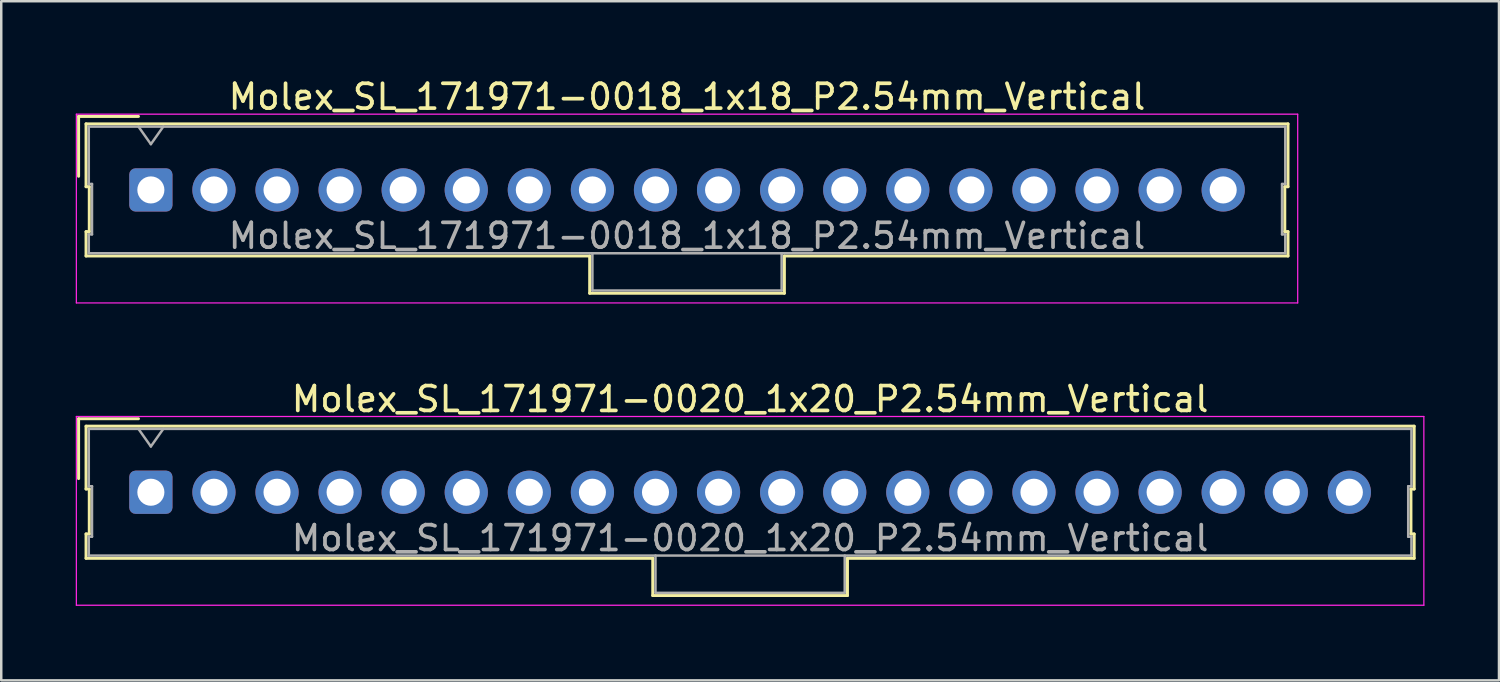
<source format=kicad_pcb>
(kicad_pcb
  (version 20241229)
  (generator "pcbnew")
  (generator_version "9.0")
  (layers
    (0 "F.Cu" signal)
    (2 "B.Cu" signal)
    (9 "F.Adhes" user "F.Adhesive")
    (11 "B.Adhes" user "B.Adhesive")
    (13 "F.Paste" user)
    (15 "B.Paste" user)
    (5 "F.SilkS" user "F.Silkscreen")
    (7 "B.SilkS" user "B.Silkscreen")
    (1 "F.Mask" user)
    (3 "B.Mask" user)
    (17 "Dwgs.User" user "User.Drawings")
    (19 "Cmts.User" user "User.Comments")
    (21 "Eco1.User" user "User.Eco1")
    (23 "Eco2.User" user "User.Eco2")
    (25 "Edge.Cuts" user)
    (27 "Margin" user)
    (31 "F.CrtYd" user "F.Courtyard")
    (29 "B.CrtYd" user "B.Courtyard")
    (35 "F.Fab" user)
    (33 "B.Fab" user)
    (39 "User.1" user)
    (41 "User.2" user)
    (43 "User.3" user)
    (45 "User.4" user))
  (footprint "Molex_SL_171971-0018_1x18_P2.54mm_Vertical"
    (layer "F.Cu")
    (at 3.025 4.598)
    (property "Reference" "Molex_SL_171971-0018_1x18_P2.54mm_Vertical" (at 21.59 -3.75 0) (layer "F.SilkS") (effects (font (size 1 1) (thickness 0.15))))
    (attr through_hole)
    (fp_line (start -2.91 -2.96) (end -0.5 -2.96) (stroke (width 0.12) (type solid)) (layer "F.SilkS"))
    (fp_line (start -2.91 -0.55) (end -2.91 -2.96) (stroke (width 0.12) (type solid)) (layer "F.SilkS"))
    (fp_line (start -2.61 -2.66) (end -2.61 -0.13) (stroke (width 0.12) (type solid)) (layer "F.SilkS"))
    (fp_line (start -2.61 -0.13) (end -2.48 -0.13) (stroke (width 0.12) (type solid)) (layer "F.SilkS"))
    (fp_line (start -2.61 1.68) (end -2.61 2.66) (stroke (width 0.12) (type solid)) (layer "F.SilkS"))
    (fp_line (start -2.61 2.66) (end 17.67 2.66) (stroke (width 0.12) (type solid)) (layer "F.SilkS"))
    (fp_line (start -2.48 -0.13) (end -2.48 1.68) (stroke (width 0.12) (type solid)) (layer "F.SilkS"))
    (fp_line (start -2.48 1.68) (end -2.61 1.68) (stroke (width 0.12) (type solid)) (layer "F.SilkS"))
    (fp_line (start 17.67 2.66) (end 17.67 4.16) (stroke (width 0.12) (type solid)) (layer "F.SilkS"))
    (fp_line (start 17.67 4.16) (end 25.51 4.16) (stroke (width 0.12) (type solid)) (layer "F.SilkS"))
    (fp_line (start 25.51 2.66) (end 45.79 2.66) (stroke (width 0.12) (type solid)) (layer "F.SilkS"))
    (fp_line (start 25.51 4.16) (end 25.51 2.66) (stroke (width 0.12) (type solid)) (layer "F.SilkS"))
    (fp_line (start 45.66 -0.13) (end 45.79 -0.13) (stroke (width 0.12) (type solid)) (layer "F.SilkS"))
    (fp_line (start 45.66 1.68) (end 45.66 -0.13) (stroke (width 0.12) (type solid)) (layer "F.SilkS"))
    (fp_line (start 45.79 -2.66) (end -2.61 -2.66) (stroke (width 0.12) (type solid)) (layer "F.SilkS"))
    (fp_line (start 45.79 -0.13) (end 45.79 -2.66) (stroke (width 0.12) (type solid)) (layer "F.SilkS"))
    (fp_line (start 45.79 1.68) (end 45.66 1.68) (stroke (width 0.12) (type solid)) (layer "F.SilkS"))
    (fp_line (start 45.79 2.66) (end 45.79 1.68) (stroke (width 0.12) (type solid)) (layer "F.SilkS"))
    (fp_line (start -3 -3.05) (end -3 4.55) (stroke (width 0.05) (type solid)) (layer "F.CrtYd"))
    (fp_line (start -3 4.55) (end 46.18 4.55) (stroke (width 0.05) (type solid)) (layer "F.CrtYd"))
    (fp_line (start 46.18 -3.05) (end -3 -3.05) (stroke (width 0.05) (type solid)) (layer "F.CrtYd"))
    (fp_line (start 46.18 4.55) (end 46.18 -3.05) (stroke (width 0.05) (type solid)) (layer "F.CrtYd"))
    (fp_line (start -2.5 -2.55) (end -2.5 -0.24) (stroke (width 0.1) (type solid)) (layer "F.Fab"))
    (fp_line (start -2.5 -0.24) (end -2.37 -0.24) (stroke (width 0.1) (type solid)) (layer "F.Fab"))
    (fp_line (start -2.5 1.79) (end -2.5 2.55) (stroke (width 0.1) (type solid)) (layer "F.Fab"))
    (fp_line (start -2.5 2.55) (end 45.68 2.55) (stroke (width 0.1) (type solid)) (layer "F.Fab"))
    (fp_line (start -2.37 -0.24) (end -2.37 1.79) (stroke (width 0.1) (type solid)) (layer "F.Fab"))
    (fp_line (start -2.37 1.79) (end -2.5 1.79) (stroke (width 0.1) (type solid)) (layer "F.Fab"))
    (fp_line (start 0 -1.843) (end -0.5 -2.55) (stroke (width 0.1) (type solid)) (layer "F.Fab"))
    (fp_line (start 0.5 -2.55) (end 0 -1.843) (stroke (width 0.1) (type solid)) (layer "F.Fab"))
    (fp_line (start 17.78 2.55) (end 17.78 4.05) (stroke (width 0.1) (type solid)) (layer "F.Fab"))
    (fp_line (start 17.78 4.05) (end 25.4 4.05) (stroke (width 0.1) (type solid)) (layer "F.Fab"))
    (fp_line (start 25.4 4.05) (end 25.4 2.55) (stroke (width 0.1) (type solid)) (layer "F.Fab"))
    (fp_line (start 45.55 -0.24) (end 45.68 -0.24) (stroke (width 0.1) (type solid)) (layer "F.Fab"))
    (fp_line (start 45.55 1.79) (end 45.55 -0.24) (stroke (width 0.1) (type solid)) (layer "F.Fab"))
    (fp_line (start 45.68 -2.55) (end -2.5 -2.55) (stroke (width 0.1) (type solid)) (layer "F.Fab"))
    (fp_line (start 45.68 -0.24) (end 45.68 -2.55) (stroke (width 0.1) (type solid)) (layer "F.Fab"))
    (fp_line (start 45.68 1.79) (end 45.55 1.79) (stroke (width 0.1) (type solid)) (layer "F.Fab"))
    (fp_line (start 45.68 2.55) (end 45.68 1.79) (stroke (width 0.1) (type solid)) (layer "F.Fab"))
    (fp_text user "${REFERENCE}" (at 21.59 1.85 0) (layer "F.Fab") (effects (font (size 1 1) (thickness 0.15))))
    (pad "1" thru_hole roundrect (at 0 0) (size 1.74 1.74) (drill 1.09) (layers "*.Cu" "*.Mask") (roundrect_rratio 0.144))
    (pad "2" thru_hole circle (at 2.54 0) (size 1.74 1.74) (drill 1.09) (layers "*.Cu" "*.Mask"))
    (pad "3" thru_hole circle (at 5.08 0) (size 1.74 1.74) (drill 1.09) (layers "*.Cu" "*.Mask"))
    (pad "4" thru_hole circle (at 7.62 0) (size 1.74 1.74) (drill 1.09) (layers "*.Cu" "*.Mask"))
    (pad "5" thru_hole circle (at 10.16 0) (size 1.74 1.74) (drill 1.09) (layers "*.Cu" "*.Mask"))
    (pad "6" thru_hole circle (at 12.7 0) (size 1.74 1.74) (drill 1.09) (layers "*.Cu" "*.Mask"))
    (pad "7" thru_hole circle (at 15.24 0) (size 1.74 1.74) (drill 1.09) (layers "*.Cu" "*.Mask"))
    (pad "8" thru_hole circle (at 17.78 0) (size 1.74 1.74) (drill 1.09) (layers "*.Cu" "*.Mask"))
    (pad "9" thru_hole circle (at 20.32 0) (size 1.74 1.74) (drill 1.09) (layers "*.Cu" "*.Mask"))
    (pad "10" thru_hole circle (at 22.86 0) (size 1.74 1.74) (drill 1.09) (layers "*.Cu" "*.Mask"))
    (pad "11" thru_hole circle (at 25.4 0) (size 1.74 1.74) (drill 1.09) (layers "*.Cu" "*.Mask"))
    (pad "12" thru_hole circle (at 27.94 0) (size 1.74 1.74) (drill 1.09) (layers "*.Cu" "*.Mask"))
    (pad "13" thru_hole circle (at 30.48 0) (size 1.74 1.74) (drill 1.09) (layers "*.Cu" "*.Mask"))
    (pad "14" thru_hole circle (at 33.02 0) (size 1.74 1.74) (drill 1.09) (layers "*.Cu" "*.Mask"))
    (pad "15" thru_hole circle (at 35.56 0) (size 1.74 1.74) (drill 1.09) (layers "*.Cu" "*.Mask"))
    (pad "16" thru_hole circle (at 38.1 0) (size 1.74 1.74) (drill 1.09) (layers "*.Cu" "*.Mask"))
    (pad "17" thru_hole circle (at 40.64 0) (size 1.74 1.74) (drill 1.09) (layers "*.Cu" "*.Mask"))
    (pad "18" thru_hole circle (at 43.18 0) (size 1.74 1.74) (drill 1.09) (layers "*.Cu" "*.Mask")))
  (footprint "Molex_SL_171971-0020_1x20_P2.54mm_Vertical"
    (layer "F.Cu")
    (at 3.025 16.771)
    (property "Reference" "Molex_SL_171971-0020_1x20_P2.54mm_Vertical" (at 24.13 -3.75 0) (layer "F.SilkS") (effects (font (size 1 1) (thickness 0.15))))
    (attr through_hole)
    (fp_line (start -2.91 -2.96) (end -0.5 -2.96) (stroke (width 0.12) (type solid)) (layer "F.SilkS"))
    (fp_line (start -2.91 -0.55) (end -2.91 -2.96) (stroke (width 0.12) (type solid)) (layer "F.SilkS"))
    (fp_line (start -2.61 -2.66) (end -2.61 -0.13) (stroke (width 0.12) (type solid)) (layer "F.SilkS"))
    (fp_line (start -2.61 -0.13) (end -2.48 -0.13) (stroke (width 0.12) (type solid)) (layer "F.SilkS"))
    (fp_line (start -2.61 1.68) (end -2.61 2.66) (stroke (width 0.12) (type solid)) (layer "F.SilkS"))
    (fp_line (start -2.61 2.66) (end 20.21 2.66) (stroke (width 0.12) (type solid)) (layer "F.SilkS"))
    (fp_line (start -2.48 -0.13) (end -2.48 1.68) (stroke (width 0.12) (type solid)) (layer "F.SilkS"))
    (fp_line (start -2.48 1.68) (end -2.61 1.68) (stroke (width 0.12) (type solid)) (layer "F.SilkS"))
    (fp_line (start 20.21 2.66) (end 20.21 4.16) (stroke (width 0.12) (type solid)) (layer "F.SilkS"))
    (fp_line (start 20.21 4.16) (end 28.05 4.16) (stroke (width 0.12) (type solid)) (layer "F.SilkS"))
    (fp_line (start 28.05 2.66) (end 50.87 2.66) (stroke (width 0.12) (type solid)) (layer "F.SilkS"))
    (fp_line (start 28.05 4.16) (end 28.05 2.66) (stroke (width 0.12) (type solid)) (layer "F.SilkS"))
    (fp_line (start 50.74 -0.13) (end 50.87 -0.13) (stroke (width 0.12) (type solid)) (layer "F.SilkS"))
    (fp_line (start 50.74 1.68) (end 50.74 -0.13) (stroke (width 0.12) (type solid)) (layer "F.SilkS"))
    (fp_line (start 50.87 -2.66) (end -2.61 -2.66) (stroke (width 0.12) (type solid)) (layer "F.SilkS"))
    (fp_line (start 50.87 -0.13) (end 50.87 -2.66) (stroke (width 0.12) (type solid)) (layer "F.SilkS"))
    (fp_line (start 50.87 1.68) (end 50.74 1.68) (stroke (width 0.12) (type solid)) (layer "F.SilkS"))
    (fp_line (start 50.87 2.66) (end 50.87 1.68) (stroke (width 0.12) (type solid)) (layer "F.SilkS"))
    (fp_line (start -3 -3.05) (end -3 4.55) (stroke (width 0.05) (type solid)) (layer "F.CrtYd"))
    (fp_line (start -3 4.55) (end 51.26 4.55) (stroke (width 0.05) (type solid)) (layer "F.CrtYd"))
    (fp_line (start 51.26 -3.05) (end -3 -3.05) (stroke (width 0.05) (type solid)) (layer "F.CrtYd"))
    (fp_line (start 51.26 4.55) (end 51.26 -3.05) (stroke (width 0.05) (type solid)) (layer "F.CrtYd"))
    (fp_line (start -2.5 -2.55) (end -2.5 -0.24) (stroke (width 0.1) (type solid)) (layer "F.Fab"))
    (fp_line (start -2.5 -0.24) (end -2.37 -0.24) (stroke (width 0.1) (type solid)) (layer "F.Fab"))
    (fp_line (start -2.5 1.79) (end -2.5 2.55) (stroke (width 0.1) (type solid)) (layer "F.Fab"))
    (fp_line (start -2.5 2.55) (end 50.76 2.55) (stroke (width 0.1) (type solid)) (layer "F.Fab"))
    (fp_line (start -2.37 -0.24) (end -2.37 1.79) (stroke (width 0.1) (type solid)) (layer "F.Fab"))
    (fp_line (start -2.37 1.79) (end -2.5 1.79) (stroke (width 0.1) (type solid)) (layer "F.Fab"))
    (fp_line (start 0 -1.843) (end -0.5 -2.55) (stroke (width 0.1) (type solid)) (layer "F.Fab"))
    (fp_line (start 0.5 -2.55) (end 0 -1.843) (stroke (width 0.1) (type solid)) (layer "F.Fab"))
    (fp_line (start 20.32 2.55) (end 20.32 4.05) (stroke (width 0.1) (type solid)) (layer "F.Fab"))
    (fp_line (start 20.32 4.05) (end 27.94 4.05) (stroke (width 0.1) (type solid)) (layer "F.Fab"))
    (fp_line (start 27.94 4.05) (end 27.94 2.55) (stroke (width 0.1) (type solid)) (layer "F.Fab"))
    (fp_line (start 50.63 -0.24) (end 50.76 -0.24) (stroke (width 0.1) (type solid)) (layer "F.Fab"))
    (fp_line (start 50.63 1.79) (end 50.63 -0.24) (stroke (width 0.1) (type solid)) (layer "F.Fab"))
    (fp_line (start 50.76 -2.55) (end -2.5 -2.55) (stroke (width 0.1) (type solid)) (layer "F.Fab"))
    (fp_line (start 50.76 -0.24) (end 50.76 -2.55) (stroke (width 0.1) (type solid)) (layer "F.Fab"))
    (fp_line (start 50.76 1.79) (end 50.63 1.79) (stroke (width 0.1) (type solid)) (layer "F.Fab"))
    (fp_line (start 50.76 2.55) (end 50.76 1.79) (stroke (width 0.1) (type solid)) (layer "F.Fab"))
    (fp_text user "${REFERENCE}" (at 24.13 1.85 0) (layer "F.Fab") (effects (font (size 1 1) (thickness 0.15))))
    (pad "1" thru_hole roundrect (at 0 0) (size 1.74 1.74) (drill 1.09) (layers "*.Cu" "*.Mask") (roundrect_rratio 0.144))
    (pad "2" thru_hole circle (at 2.54 0) (size 1.74 1.74) (drill 1.09) (layers "*.Cu" "*.Mask"))
    (pad "3" thru_hole circle (at 5.08 0) (size 1.74 1.74) (drill 1.09) (layers "*.Cu" "*.Mask"))
    (pad "4" thru_hole circle (at 7.62 0) (size 1.74 1.74) (drill 1.09) (layers "*.Cu" "*.Mask"))
    (pad "5" thru_hole circle (at 10.16 0) (size 1.74 1.74) (drill 1.09) (layers "*.Cu" "*.Mask"))
    (pad "6" thru_hole circle (at 12.7 0) (size 1.74 1.74) (drill 1.09) (layers "*.Cu" "*.Mask"))
    (pad "7" thru_hole circle (at 15.24 0) (size 1.74 1.74) (drill 1.09) (layers "*.Cu" "*.Mask"))
    (pad "8" thru_hole circle (at 17.78 0) (size 1.74 1.74) (drill 1.09) (layers "*.Cu" "*.Mask"))
    (pad "9" thru_hole circle (at 20.32 0) (size 1.74 1.74) (drill 1.09) (layers "*.Cu" "*.Mask"))
    (pad "10" thru_hole circle (at 22.86 0) (size 1.74 1.74) (drill 1.09) (layers "*.Cu" "*.Mask"))
    (pad "11" thru_hole circle (at 25.4 0) (size 1.74 1.74) (drill 1.09) (layers "*.Cu" "*.Mask"))
    (pad "12" thru_hole circle (at 27.94 0) (size 1.74 1.74) (drill 1.09) (layers "*.Cu" "*.Mask"))
    (pad "13" thru_hole circle (at 30.48 0) (size 1.74 1.74) (drill 1.09) (layers "*.Cu" "*.Mask"))
    (pad "14" thru_hole circle (at 33.02 0) (size 1.74 1.74) (drill 1.09) (layers "*.Cu" "*.Mask"))
    (pad "15" thru_hole circle (at 35.56 0) (size 1.74 1.74) (drill 1.09) (layers "*.Cu" "*.Mask"))
    (pad "16" thru_hole circle (at 38.1 0) (size 1.74 1.74) (drill 1.09) (layers "*.Cu" "*.Mask"))
    (pad "17" thru_hole circle (at 40.64 0) (size 1.74 1.74) (drill 1.09) (layers "*.Cu" "*.Mask"))
    (pad "18" thru_hole circle (at 43.18 0) (size 1.74 1.74) (drill 1.09) (layers "*.Cu" "*.Mask"))
    (pad "19" thru_hole circle (at 45.72 0) (size 1.74 1.74) (drill 1.09) (layers "*.Cu" "*.Mask"))
    (pad "20" thru_hole circle (at 48.26 0) (size 1.74 1.74) (drill 1.09) (layers "*.Cu" "*.Mask")))
  (gr_rect
    (start -3 -3)
    (end 57.31 24.346)
    (stroke (width 0.1) (type default))
    (fill no)
    (layer "Edge.Cuts")))
</source>
